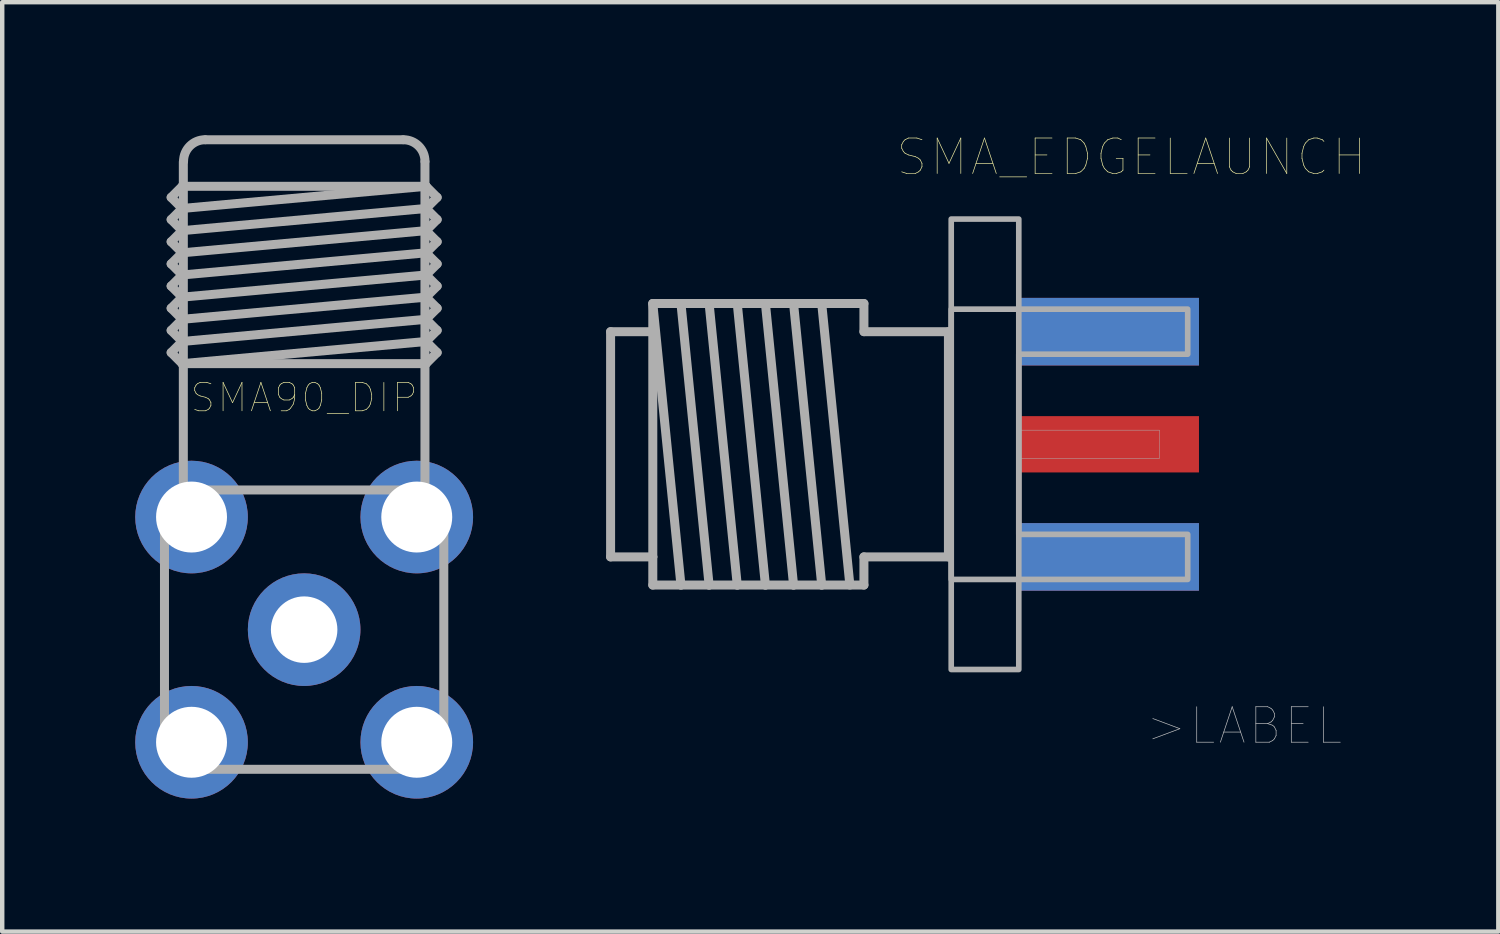
<source format=kicad_pcb>
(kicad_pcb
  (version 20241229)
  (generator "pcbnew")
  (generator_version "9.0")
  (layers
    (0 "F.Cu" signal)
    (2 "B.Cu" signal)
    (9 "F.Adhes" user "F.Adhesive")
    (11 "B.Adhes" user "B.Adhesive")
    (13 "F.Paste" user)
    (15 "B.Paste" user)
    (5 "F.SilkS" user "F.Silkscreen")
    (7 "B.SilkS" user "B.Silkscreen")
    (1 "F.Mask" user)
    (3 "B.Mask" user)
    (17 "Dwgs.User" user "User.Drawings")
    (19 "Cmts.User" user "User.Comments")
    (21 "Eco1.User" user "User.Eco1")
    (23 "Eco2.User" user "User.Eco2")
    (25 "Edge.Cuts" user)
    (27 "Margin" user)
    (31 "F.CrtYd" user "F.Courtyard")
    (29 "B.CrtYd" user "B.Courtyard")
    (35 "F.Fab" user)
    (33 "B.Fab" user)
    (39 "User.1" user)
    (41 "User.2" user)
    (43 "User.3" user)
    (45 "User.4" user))
  (footprint "SMA_EDGELAUNCH"
    (layer "F.Cu")
    (at 19.929 6.971)
    (property "Reference" "SMA_EDGELAUNCH" (at 2.54 -6.477 0) (layer "F.SilkS") (effects (font (size 0.8 0.8) (thickness 0.015))))
    (attr through_hole)
    (fp_line (start -9.207 -2.54) (end -8.255 -2.54) (stroke (width 0.203) (type solid)) (layer "F.Fab"))
    (fp_line (start -9.207 2.54) (end -9.207 -2.54) (stroke (width 0.203) (type solid)) (layer "F.Fab"))
    (fp_line (start -8.255 -3.175) (end -7.62 -3.175) (stroke (width 0.203) (type solid)) (layer "F.Fab"))
    (fp_line (start -8.255 -3.175) (end -7.62 3.175) (stroke (width 0.203) (type solid)) (layer "F.Fab"))
    (fp_line (start -8.255 -2.54) (end -8.255 -3.175) (stroke (width 0.203) (type solid)) (layer "F.Fab"))
    (fp_line (start -8.255 -2.54) (end -8.255 2.54) (stroke (width 0.203) (type solid)) (layer "F.Fab"))
    (fp_line (start -8.255 2.54) (end -9.207 2.54) (stroke (width 0.203) (type solid)) (layer "F.Fab"))
    (fp_line (start -8.255 3.175) (end -8.255 2.54) (stroke (width 0.203) (type solid)) (layer "F.Fab"))
    (fp_line (start -7.62 -3.175) (end -6.985 -3.175) (stroke (width 0.203) (type solid)) (layer "F.Fab"))
    (fp_line (start -7.62 -3.175) (end -6.985 3.175) (stroke (width 0.203) (type solid)) (layer "F.Fab"))
    (fp_line (start -7.62 3.175) (end -8.255 3.175) (stroke (width 0.203) (type solid)) (layer "F.Fab"))
    (fp_line (start -6.985 -3.175) (end -6.35 -3.175) (stroke (width 0.203) (type solid)) (layer "F.Fab"))
    (fp_line (start -6.985 -3.175) (end -6.35 3.175) (stroke (width 0.203) (type solid)) (layer "F.Fab"))
    (fp_line (start -6.985 3.175) (end -7.62 3.175) (stroke (width 0.203) (type solid)) (layer "F.Fab"))
    (fp_line (start -6.35 -3.175) (end -5.715 -3.175) (stroke (width 0.203) (type solid)) (layer "F.Fab"))
    (fp_line (start -6.35 -3.175) (end -5.715 3.175) (stroke (width 0.203) (type solid)) (layer "F.Fab"))
    (fp_line (start -6.35 3.175) (end -6.985 3.175) (stroke (width 0.203) (type solid)) (layer "F.Fab"))
    (fp_line (start -5.715 -3.175) (end -5.08 -3.175) (stroke (width 0.203) (type solid)) (layer "F.Fab"))
    (fp_line (start -5.715 -3.175) (end -5.08 3.175) (stroke (width 0.203) (type solid)) (layer "F.Fab"))
    (fp_line (start -5.715 3.175) (end -6.35 3.175) (stroke (width 0.203) (type solid)) (layer "F.Fab"))
    (fp_line (start -5.08 -3.175) (end -4.445 -3.175) (stroke (width 0.203) (type solid)) (layer "F.Fab"))
    (fp_line (start -5.08 -3.175) (end -4.445 3.175) (stroke (width 0.203) (type solid)) (layer "F.Fab"))
    (fp_line (start -5.08 3.175) (end -5.715 3.175) (stroke (width 0.203) (type solid)) (layer "F.Fab"))
    (fp_line (start -4.445 -3.175) (end -3.81 3.175) (stroke (width 0.203) (type solid)) (layer "F.Fab"))
    (fp_line (start -4.445 -3.175) (end -3.493 -3.175) (stroke (width 0.203) (type solid)) (layer "F.Fab"))
    (fp_line (start -4.445 3.175) (end -5.08 3.175) (stroke (width 0.203) (type solid)) (layer "F.Fab"))
    (fp_line (start -3.493 -3.175) (end -3.493 -2.54) (stroke (width 0.203) (type solid)) (layer "F.Fab"))
    (fp_line (start -3.493 -2.54) (end -1.587 -2.54) (stroke (width 0.203) (type solid)) (layer "F.Fab"))
    (fp_line (start -3.493 2.54) (end -3.493 3.175) (stroke (width 0.203) (type solid)) (layer "F.Fab"))
    (fp_line (start -3.493 3.175) (end -4.445 3.175) (stroke (width 0.203) (type solid)) (layer "F.Fab"))
    (fp_line (start -1.587 -2.54) (end -1.587 2.54) (stroke (width 0.203) (type solid)) (layer "F.Fab"))
    (fp_line (start -1.587 2.54) (end -3.493 2.54) (stroke (width 0.203) (type solid)) (layer "F.Fab"))
    (fp_poly (pts (xy -1.524 -5.08) (xy 0 -5.08) (xy 0 5.08) (xy -1.524 5.08)) (stroke (width 0.127) (type solid)) (fill no) (layer "F.Fab"))
    (fp_poly (pts (xy 0 -0.318) (xy 3.175 -0.318) (xy 3.175 0.318) (xy 0 0.318)) (stroke (width 0.01) (type solid)) (fill no) (layer "F.Fab"))
    (fp_poly (pts (xy -1.524 -3.048) (xy 3.81 -3.048) (xy 3.81 -2.032) (xy 0 -2.032) (xy 0 2.032) (xy 3.81 2.032) (xy 3.81 3.048) (xy -1.524 3.048)) (stroke (width 0.127) (type solid)) (fill no) (layer "F.Fab"))
    (fp_text user ">LABEL" (at 5.08 6.35 0) (layer "Dwgs.User") (effects (font (size 0.8 0.8) (thickness 0.015))))
    (pad "GND@1" smd rect (at 2.032 2.54) (size 4.064 1.524) (layers "F.Cu" "F.Mask"))
    (pad "GND@2" smd rect (at 2.032 -2.54) (size 4.064 1.524) (layers "F.Cu" "F.Mask"))
    (pad "GND@3" smd rect (at 2.032 -2.54) (size 4.064 1.524) (layers "B.Cu" "B.Mask"))
    (pad "GND@4" smd rect (at 2.032 2.54) (size 4.064 1.524) (layers "B.Cu" "B.Mask"))
    (pad "P" smd rect (at 2.032 0) (size 4.064 1.27) (layers "F.Cu" "F.Mask")))
  (footprint "SMA90_DIP"
    (layer "F.Cu")
    (at 3.81 11.152)
    (property "Reference" "SMA90_DIP" (at 0 -5.232 0) (layer "F.SilkS") (effects (font (size 0.64 0.64) (thickness 0.015))))
    (attr through_hole)
    (fp_line (start -3.15 2.52) (end -3.15 -2.52) (stroke (width 0.203) (type solid)) (layer "F.Fab"))
    (fp_line (start -3 -9.75) (end -2.75 -9.5) (stroke (width 0.203) (type solid)) (layer "F.Fab"))
    (fp_line (start -3 -9.25) (end -2.75 -9) (stroke (width 0.203) (type solid)) (layer "F.Fab"))
    (fp_line (start -3 -8.75) (end -2.75 -8.5) (stroke (width 0.203) (type solid)) (layer "F.Fab"))
    (fp_line (start -3 -8.25) (end -2.75 -8) (stroke (width 0.203) (type solid)) (layer "F.Fab"))
    (fp_line (start -3 -7.75) (end -2.75 -7.5) (stroke (width 0.203) (type solid)) (layer "F.Fab"))
    (fp_line (start -3 -7.25) (end -2.75 -7) (stroke (width 0.203) (type solid)) (layer "F.Fab"))
    (fp_line (start -3 -6.75) (end -2.75 -6.5) (stroke (width 0.203) (type solid)) (layer "F.Fab"))
    (fp_line (start -3 -6.25) (end -2.75 -6) (stroke (width 0.203) (type solid)) (layer "F.Fab"))
    (fp_line (start -2.75 -10) (end -3 -9.75) (stroke (width 0.203) (type solid)) (layer "F.Fab"))
    (fp_line (start -2.75 -10) (end 2.75 -10) (stroke (width 0.203) (type solid)) (layer "F.Fab"))
    (fp_line (start -2.75 -9.5) (end -3 -9.25) (stroke (width 0.203) (type solid)) (layer "F.Fab"))
    (fp_line (start -2.75 -9.5) (end 2.75 -10) (stroke (width 0.203) (type solid)) (layer "F.Fab"))
    (fp_line (start -2.75 -9) (end -3 -8.75) (stroke (width 0.203) (type solid)) (layer "F.Fab"))
    (fp_line (start -2.75 -9) (end 2.75 -9.5) (stroke (width 0.203) (type solid)) (layer "F.Fab"))
    (fp_line (start -2.75 -8.5) (end -3 -8.25) (stroke (width 0.203) (type solid)) (layer "F.Fab"))
    (fp_line (start -2.75 -8.5) (end 2.75 -9) (stroke (width 0.203) (type solid)) (layer "F.Fab"))
    (fp_line (start -2.75 -8) (end -3 -7.75) (stroke (width 0.203) (type solid)) (layer "F.Fab"))
    (fp_line (start -2.75 -8) (end 2.75 -8.5) (stroke (width 0.203) (type solid)) (layer "F.Fab"))
    (fp_line (start -2.75 -7.5) (end -3 -7.25) (stroke (width 0.203) (type solid)) (layer "F.Fab"))
    (fp_line (start -2.75 -7.5) (end 2.75 -8) (stroke (width 0.203) (type solid)) (layer "F.Fab"))
    (fp_line (start -2.75 -7) (end -3 -6.75) (stroke (width 0.203) (type solid)) (layer "F.Fab"))
    (fp_line (start -2.75 -7) (end 2.75 -7.5) (stroke (width 0.203) (type solid)) (layer "F.Fab"))
    (fp_line (start -2.75 -6.5) (end -3 -6.25) (stroke (width 0.203) (type solid)) (layer "F.Fab"))
    (fp_line (start -2.75 -6.5) (end 2.75 -7) (stroke (width 0.203) (type solid)) (layer "F.Fab"))
    (fp_line (start -2.75 -6) (end 2.75 -6.5) (stroke (width 0.203) (type solid)) (layer "F.Fab"))
    (fp_line (start -2.75 -6) (end 2.75 -6) (stroke (width 0.203) (type solid)) (layer "F.Fab"))
    (fp_line (start -2.725 -10.55) (end -2.725 -3.15) (stroke (width 0.203) (type solid)) (layer "F.Fab"))
    (fp_line (start -2.52 -3.15) (end 2.52 -3.15) (stroke (width 0.203) (type solid)) (layer "F.Fab"))
    (fp_line (start -2.225 -11.05) (end 2.225 -11.05) (stroke (width 0.203) (type solid)) (layer "F.Fab"))
    (fp_line (start 2.52 3.15) (end -2.52 3.15) (stroke (width 0.203) (type solid)) (layer "F.Fab"))
    (fp_line (start 2.725 -10.55) (end 2.725 -3.15) (stroke (width 0.203) (type solid)) (layer "F.Fab"))
    (fp_line (start 2.75 -10) (end 3 -9.75) (stroke (width 0.203) (type solid)) (layer "F.Fab"))
    (fp_line (start 2.75 -9.5) (end 3 -9.25) (stroke (width 0.203) (type solid)) (layer "F.Fab"))
    (fp_line (start 2.75 -9) (end 3 -8.75) (stroke (width 0.203) (type solid)) (layer "F.Fab"))
    (fp_line (start 2.75 -8.5) (end 3 -8.25) (stroke (width 0.203) (type solid)) (layer "F.Fab"))
    (fp_line (start 2.75 -8) (end 3 -7.75) (stroke (width 0.203) (type solid)) (layer "F.Fab"))
    (fp_line (start 2.75 -7.5) (end 3 -7.25) (stroke (width 0.203) (type solid)) (layer "F.Fab"))
    (fp_line (start 2.75 -7) (end 3 -6.75) (stroke (width 0.203) (type solid)) (layer "F.Fab"))
    (fp_line (start 2.75 -6.5) (end 3 -6.25) (stroke (width 0.203) (type solid)) (layer "F.Fab"))
    (fp_line (start 3 -9.75) (end 2.75 -9.5) (stroke (width 0.203) (type solid)) (layer "F.Fab"))
    (fp_line (start 3 -9.25) (end 2.75 -9) (stroke (width 0.203) (type solid)) (layer "F.Fab"))
    (fp_line (start 3 -8.75) (end 2.75 -8.5) (stroke (width 0.203) (type solid)) (layer "F.Fab"))
    (fp_line (start 3 -8.25) (end 2.75 -8) (stroke (width 0.203) (type solid)) (layer "F.Fab"))
    (fp_line (start 3 -7.75) (end 2.75 -7.5) (stroke (width 0.203) (type solid)) (layer "F.Fab"))
    (fp_line (start 3 -7.25) (end 2.75 -7) (stroke (width 0.203) (type solid)) (layer "F.Fab"))
    (fp_line (start 3 -6.75) (end 2.75 -6.5) (stroke (width 0.203) (type solid)) (layer "F.Fab"))
    (fp_line (start 3 -6.25) (end 2.75 -6) (stroke (width 0.203) (type solid)) (layer "F.Fab"))
    (fp_line (start 3.15 -2.52) (end 3.15 2.52) (stroke (width 0.203) (type solid)) (layer "F.Fab"))
    (fp_arc (start -3.15 -2.52) (mid -2.965477 -2.965477) (end -2.52 -3.15) (stroke (width 0.2032) (type solid)) (layer "F.Fab"))
    (fp_arc (start -2.72 -10.565) (mid -2.577947 -10.907947) (end -2.235 -11.05) (stroke (width 0.2032) (type solid)) (layer "F.Fab"))
    (fp_arc (start -2.52 3.15) (mid -2.965477 2.965477) (end -3.15 2.52) (stroke (width 0.2032) (type solid)) (layer "F.Fab"))
    (fp_arc (start 2.24 -11.05) (mid 2.582947 -10.907947) (end 2.725 -10.565) (stroke (width 0.2032) (type solid)) (layer "F.Fab"))
    (fp_arc (start 2.52 -3.15) (mid 2.965477 -2.965477) (end 3.15 -2.52) (stroke (width 0.2032) (type solid)) (layer "F.Fab"))
    (fp_arc (start 3.15 2.52) (mid 2.965477 2.965477) (end 2.52 3.15) (stroke (width 0.2032) (type solid)) (layer "F.Fab"))
    (pad "ANTENNA" thru_hole circle (at 0 0) (size 2.54 2.54) (drill 1.5) (layers "*.Cu" "*.Mask"))
    (pad "GND1" thru_hole circle (at -2.54 -2.54) (size 2.54 2.54) (drill 1.6) (layers "*.Cu" "*.Mask"))
    (pad "GND2" thru_hole circle (at 2.54 -2.54) (size 2.54 2.54) (drill 1.6) (layers "*.Cu" "*.Mask"))
    (pad "GND3" thru_hole circle (at -2.54 2.54) (size 2.54 2.54) (drill 1.6) (layers "*.Cu" "*.Mask"))
    (pad "GND4" thru_hole circle (at 2.54 2.54) (size 2.54 2.54) (drill 1.6) (layers "*.Cu" "*.Mask")))
  (gr_rect
    (start -3 -3)
    (end 30.745 17.962)
    (stroke (width 0.1) (type default))
    (fill no)
    (layer "Edge.Cuts")))
</source>
